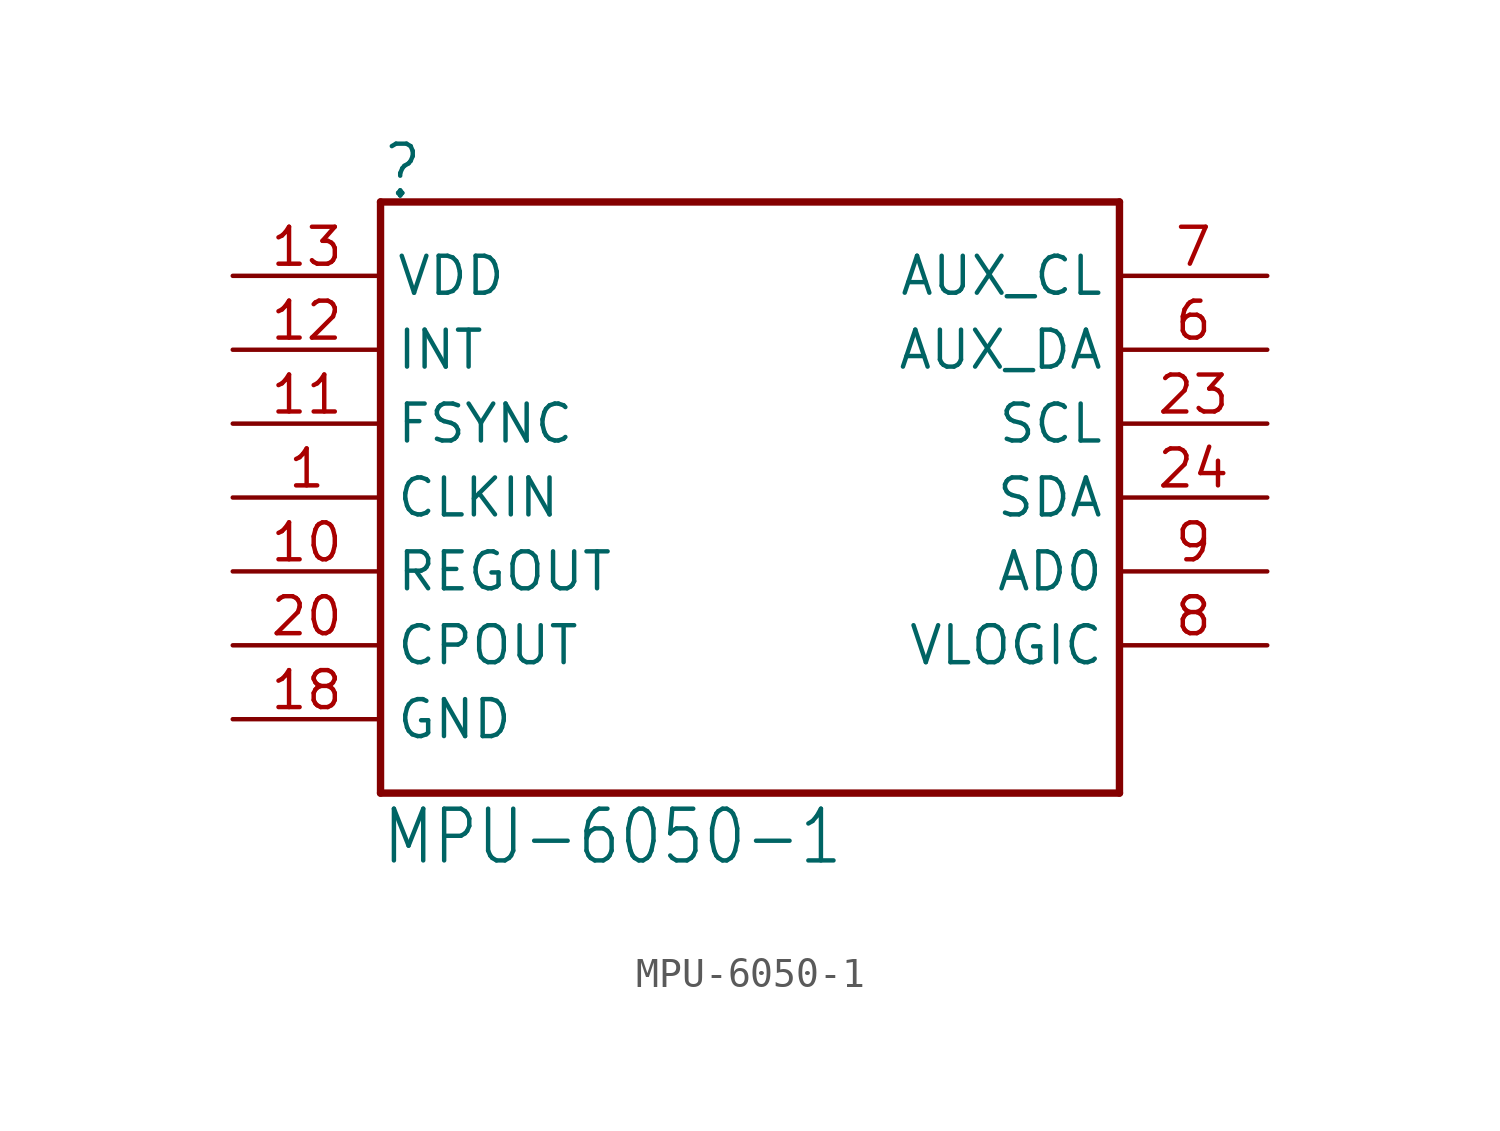
<source format=kicad_sym>
(kicad_symbol_lib
  (version 20211014)
  (generator kicad_symbol_editor)
  (symbol "MPU-6050-1"
    (property "Reference" ""
      (at -12.7 10.16 0)
      (effects (font (size 1.778 1.511)) (justify left bottom)))
    (property "Value" "MPU-6050-1"
      (at -12.7 -12.7 0)
      (effects (font (size 1.778 1.511)) (justify left bottom)))
    (property "ki_locked" ""
      (at 0 0 0)
      (effects (font (size 1.27 1.27))))
    (symbol "MPU-6050-1_1_0"
      (polyline (pts (xy -12.7 -10.16) (xy 12.7 -10.16)) (stroke (width 0.254) (type default) (color 0 0 0 0)) (fill (type none)))
      (polyline (pts (xy -12.7 10.16) (xy -12.7 -10.16)) (stroke (width 0.254) (type default) (color 0 0 0 0)) (fill (type none)))
      (polyline (pts (xy 12.7 -10.16) (xy 12.7 10.16)) (stroke (width 0.254) (type default) (color 0 0 0 0)) (fill (type none)))
      (polyline (pts (xy 12.7 10.16) (xy -12.7 10.16)) (stroke (width 0.254) (type default) (color 0 0 0 0)) (fill (type none)))
      (pin bidirectional line (at -17.78 0 0) (length 5.08) (name "CLKIN" (effects (font (size 1.27 1.27)))) (number "1" (effects (font (size 1.27 1.27)))))
      (pin bidirectional line (at -17.78 -2.54 0) (length 5.08) (name "REGOUT" (effects (font (size 1.27 1.27)))) (number "10" (effects (font (size 1.27 1.27)))))
      (pin bidirectional line (at -17.78 2.54 0) (length 5.08) (name "FSYNC" (effects (font (size 1.27 1.27)))) (number "11" (effects (font (size 1.27 1.27)))))
      (pin bidirectional line (at -17.78 5.08 0) (length 5.08) (name "INT" (effects (font (size 1.27 1.27)))) (number "12" (effects (font (size 1.27 1.27)))))
      (pin bidirectional line (at -17.78 7.62 0) (length 5.08) (name "VDD" (effects (font (size 1.27 1.27)))) (number "13" (effects (font (size 1.27 1.27)))))
      (pin bidirectional line (at -17.78 -7.62 0) (length 5.08) (name "GND" (effects (font (size 1.27 1.27)))) (number "18" (effects (font (size 1.27 1.27)))))
      (pin bidirectional line (at -17.78 -5.08 0) (length 5.08) (name "CPOUT" (effects (font (size 1.27 1.27)))) (number "20" (effects (font (size 1.27 1.27)))))
      (pin bidirectional line (at 17.78 2.54 180) (length 5.08) (name "SCL" (effects (font (size 1.27 1.27)))) (number "23" (effects (font (size 1.27 1.27)))))
      (pin bidirectional line (at 17.78 0 180) (length 5.08) (name "SDA" (effects (font (size 1.27 1.27)))) (number "24" (effects (font (size 1.27 1.27)))))
      (pin bidirectional line (at 17.78 5.08 180) (length 5.08) (name "AUX_DA" (effects (font (size 1.27 1.27)))) (number "6" (effects (font (size 1.27 1.27)))))
      (pin bidirectional line (at 17.78 7.62 180) (length 5.08) (name "AUX_CL" (effects (font (size 1.27 1.27)))) (number "7" (effects (font (size 1.27 1.27)))))
      (pin bidirectional line (at 17.78 -5.08 180) (length 5.08) (name "VLOGIC" (effects (font (size 1.27 1.27)))) (number "8" (effects (font (size 1.27 1.27)))))
      (pin bidirectional line (at 17.78 -2.54 180) (length 5.08) (name "AD0" (effects (font (size 1.27 1.27)))) (number "9" (effects (font (size 1.27 1.27))))))))
</source>
